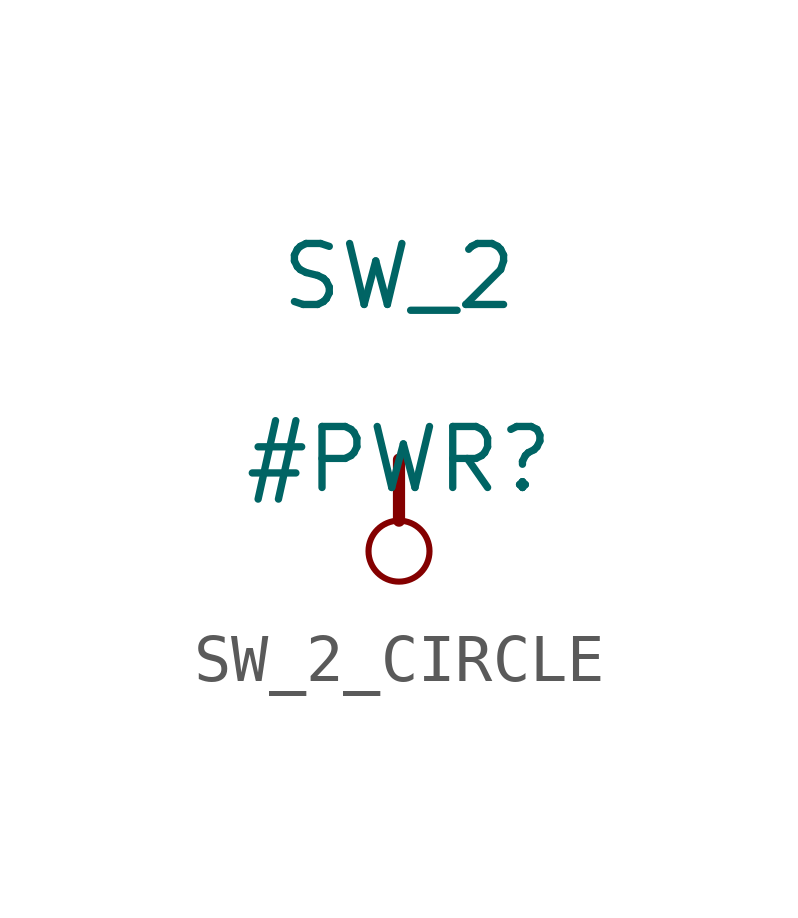
<source format=kicad_sym>
(kicad_symbol_lib
  (version 20231120)
  (generator "kicad_symbol_editor")
  (generator_version "8.0")
  (symbol "SW_2_CIRCLE"
    (power)
    (property "Reference" "#PWR"
      (at 0 0 0)
      (effects (font (size 1.27 1.27))))
    (property "Value" "SW_2"
      (at 0 3.81 0)
      (effects (font (size 1.27 1.27))))
    (symbol "SW_2_CIRCLE_0_0"
      (circle (center 0 -1.905) (radius 0.635) (stroke (width 0.127) (type solid)) (fill (type none)))
      (polyline (pts (xy 0 0) (xy 0 -1.27)) (stroke (width 0.254) (type solid)) (fill (type none)))
      (pin power_in line (at 0 0 0) (length 0) hide (name "SW_2" (effects (font (size 1.27 1.27)))) (number "" (effects (font (size 1.27 1.27))))))))
</source>
